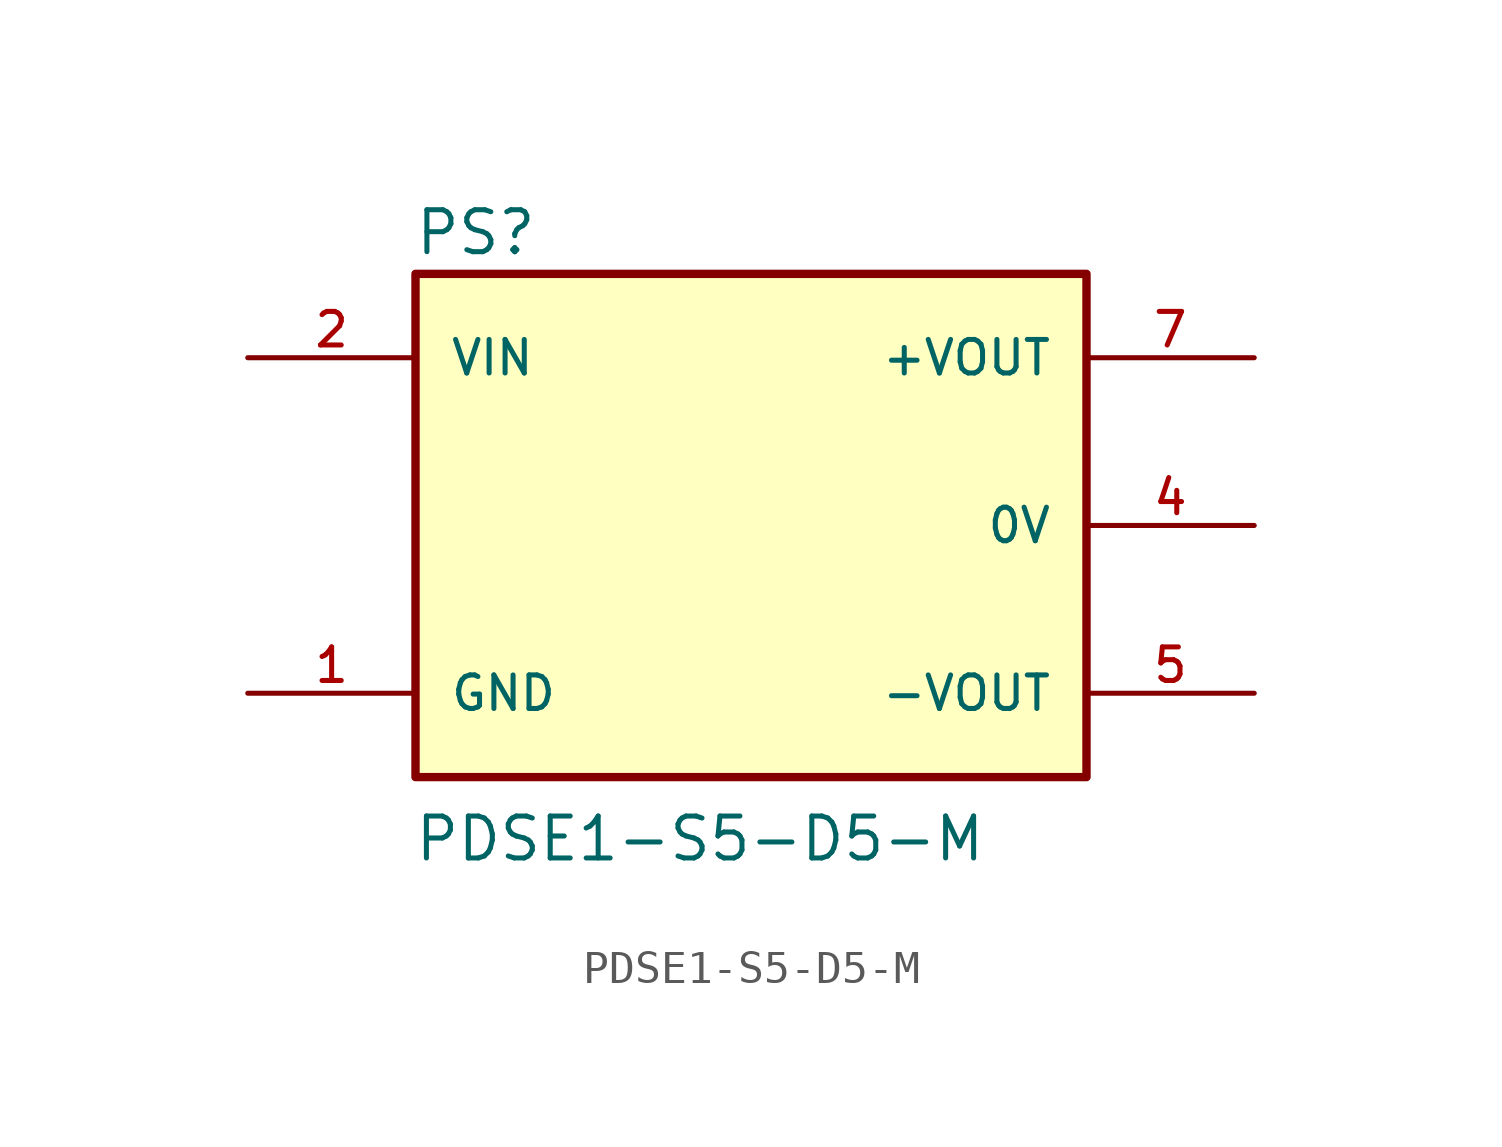
<source format=kicad_sym>
(kicad_symbol_lib
  (version 20231120)
  (generator "kicad_symbol_editor")
  (generator_version "8.0")
  (symbol "PDSE1-S5-D5-M"
    (pin_names
      (offset 1.016))
    (property "Reference" "PS"
      (at -10.217 8.128 0)
      (effects (font (size 1.27 1.27)) (justify left bottom)))
    (property "Value" "PDSE1-S5-D5-M"
      (at -10.232 -10.232 0)
      (effects (font (size 1.27 1.27)) (justify left bottom)))
    (symbol "PDSE1-S5-D5-M_0_0"
      (rectangle (start -10.16 -7.62) (end 10.16 7.62) (stroke (width 0.254) (type default)) (fill (type background)))
      (pin power_in line (at -15.24 -5.08 0) (length 5.08) (name "GND" (effects (font (size 1.016 1.016)))) (number "1" (effects (font (size 1.016 1.016)))))
      (pin input line (at -15.24 5.08 0) (length 5.08) (name "VIN" (effects (font (size 1.016 1.016)))) (number "2" (effects (font (size 1.016 1.016)))))
      (pin output line (at 15.24 0 180) (length 5.08) (name "0V" (effects (font (size 1.016 1.016)))) (number "4" (effects (font (size 1.016 1.016)))))
      (pin output line (at 15.24 -5.08 180) (length 5.08) (name "-VOUT" (effects (font (size 1.016 1.016)))) (number "5" (effects (font (size 1.016 1.016)))))
      (pin output line (at 15.24 5.08 180) (length 5.08) (name "+VOUT" (effects (font (size 1.016 1.016)))) (number "7" (effects (font (size 1.016 1.016))))))))
</source>
